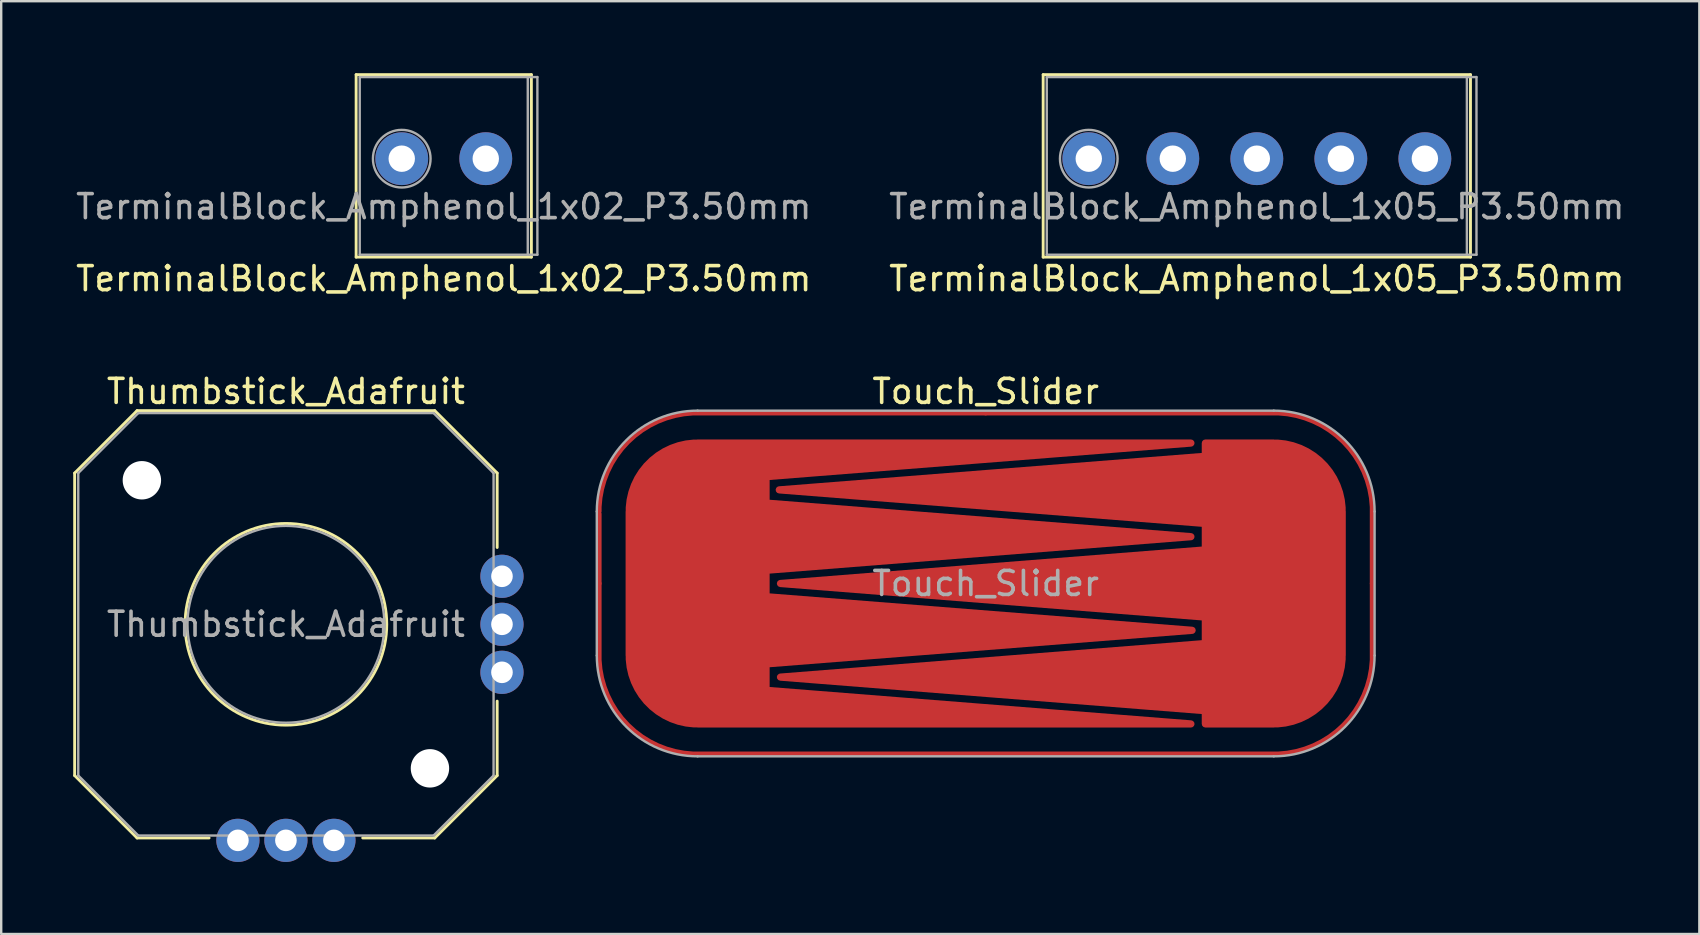
<source format=kicad_pcb>
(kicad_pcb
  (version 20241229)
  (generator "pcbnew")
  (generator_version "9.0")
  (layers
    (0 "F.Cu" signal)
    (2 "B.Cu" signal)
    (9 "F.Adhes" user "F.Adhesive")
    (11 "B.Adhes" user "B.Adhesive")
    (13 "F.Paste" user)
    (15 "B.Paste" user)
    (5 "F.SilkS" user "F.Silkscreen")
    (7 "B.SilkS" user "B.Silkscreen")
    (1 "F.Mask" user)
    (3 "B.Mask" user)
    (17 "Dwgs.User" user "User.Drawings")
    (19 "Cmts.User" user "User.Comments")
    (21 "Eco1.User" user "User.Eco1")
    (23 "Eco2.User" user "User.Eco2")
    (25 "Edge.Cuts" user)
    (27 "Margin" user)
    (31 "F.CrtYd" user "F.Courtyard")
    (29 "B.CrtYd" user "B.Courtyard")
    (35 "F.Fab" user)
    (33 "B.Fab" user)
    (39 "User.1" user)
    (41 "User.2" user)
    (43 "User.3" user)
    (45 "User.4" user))
  (footprint "Touch_Slider"
    (layer "F.Cu")
    (at 38.01 21.256)
    (property "Reference" "Touch_Slider" (at 0 -8 0) (layer "F.SilkS") (effects (font (size 1 1) (thickness 0.15))))
    (attr through_hole)
    (fp_line (start -16.2 3) (end -16.2 -3) (stroke (width 0.1) (type solid)) (layer "F.Fab"))
    (fp_line (start -12 -7.2) (end 12 -7.2) (stroke (width 0.1) (type solid)) (layer "F.Fab"))
    (fp_line (start 12 7.2) (end -12 7.2) (stroke (width 0.1) (type solid)) (layer "F.Fab"))
    (fp_line (start 16.2 -3) (end 16.2 3) (stroke (width 0.1) (type solid)) (layer "F.Fab"))
    (fp_arc (start -16.2 -3) (mid -14.969848 -5.969848) (end -12 -7.2) (stroke (width 0.1) (type solid)) (layer "F.Fab"))
    (fp_arc (start -12 7.2) (mid -14.969848 5.969848) (end -16.2 3) (stroke (width 0.1) (type solid)) (layer "F.Fab"))
    (fp_arc (start 12 -7.2) (mid 14.969848 -5.969848) (end 16.2 -3) (stroke (width 0.1) (type solid)) (layer "F.Fab"))
    (fp_arc (start 16.2 3) (mid 14.969848 5.969848) (end 12 7.2) (stroke (width 0.1) (type solid)) (layer "F.Fab"))
    (fp_text user "${REFERENCE}" (at 0 0 0) (layer "F.Fab") (effects (font (size 1 1) (thickness 0.15))))
    (pad "1" smd custom (at -12 0) (size 6 6) (layers "F.Cu") (options (anchor circle)) (primitives (gr_poly (pts (xy 20.55 -5.85) (xy 2.85 -4.45) (xy 2.85 -3.35) (xy 20.55 -1.95) (xy 2.85 -0.55) (xy 2.85 0.55) (xy 20.6 1.95) (xy 2.85 3.35) (xy 2.85 4.45) (xy 20.55 5.85) (xy 0 5.85) (xy -2.85 3) (xy -2.85 -3) (xy 0 -5.85)) (width 0.3) (fill yes)) (gr_circle (center 0 3) (end 3 3) (width 0) (fill yes)) (gr_circle (center 0 -3) (end 3 -3) (width 0) (fill yes))))
    (pad "2" smd custom (at 12 0) (size 6 6) (layers "F.Cu") (options (anchor circle)) (primitives (gr_circle (center 0 3) (end 3 3) (width 0) (fill yes)) (gr_poly (pts (xy -2.85 5.85) (xy -2.85 5.3) (xy -20.55 3.9) (xy -2.85 2.5) (xy -2.85 1.4) (xy -20.55 0) (xy -2.85 -1.4) (xy -2.85 -2.5) (xy -20.6 -3.9) (xy -2.85 -5.3) (xy -2.85 -5.85) (xy 0 -5.85) (xy 2.85 -3) (xy 2.85 3) (xy 0 5.85)) (width 0.3) (fill yes)) (gr_circle (center 0 -3) (end 3 -3) (width 0) (fill yes))))
    (pad "3" smd circle (at -16.1 0) (size 0.2 0.2) (layers "F.Cu"))
    (pad "3" smd circle (at 0 -7.1) (size 0.2 0.2) (layers "F.Cu"))
    (pad "3" smd custom (at 0 7.1) (size 0.2 0.2) (layers "F.Cu") (options (anchor circle)) (primitives (gr_line (start -12 0) (end 12 0) (width 0.2)) (gr_arc (start 16.1 -4.1) (mid 14.899138 -1.200862) (end 12 0) (width 0.2)) (gr_arc (start 12 -14.2) (mid 14.899138 -12.999138) (end 16.1 -10.1) (width 0.2)) (gr_arc (start -16.1 -10.1) (mid -14.899138 -12.999138) (end -12 -14.2) (width 0.2)) (gr_line (start -16.1 -4.1) (end -16.1 -10) (width 0.2)) (gr_line (start -12 -14.2) (end 12 -14.2) (width 0.2)) (gr_line (start 16.1 -10.1) (end 16.1 -4.1) (width 0.2)) (gr_arc (start -12 0) (mid -14.899138 -1.200862) (end -16.1 -4.1) (width 0.2))))
    (pad "3" smd circle (at 16.1 0) (size 0.2 0.2) (layers "F.Cu")))
  (footprint "Thumbstick_Adafruit"
    (layer "F.Cu")
    (at 8.86 22.956)
    (property "Reference" "Thumbstick_Adafruit" (at 0 -9.7 0) (layer "F.SilkS") (effects (font (size 1 1) (thickness 0.15))))
    (attr through_hole)
    (fp_line (start -8.8 -6.3) (end -6.2 -8.9) (stroke (width 0.12) (type solid)) (layer "F.SilkS"))
    (fp_line (start -8.8 6.3) (end -8.8 -6.3) (stroke (width 0.12) (type solid)) (layer "F.SilkS"))
    (fp_line (start -6.2 -8.9) (end 6.2 -8.9) (stroke (width 0.12) (type solid)) (layer "F.SilkS"))
    (fp_line (start -6.2 8.9) (end -8.8 6.3) (stroke (width 0.12) (type solid)) (layer "F.SilkS"))
    (fp_line (start -3.2 8.9) (end -6.2 8.9) (stroke (width 0.12) (type solid)) (layer "F.SilkS"))
    (fp_line (start 6.2 -8.9) (end 8.8 -6.3) (stroke (width 0.12) (type solid)) (layer "F.SilkS"))
    (fp_line (start 6.2 8.9) (end 3.2 8.9) (stroke (width 0.12) (type solid)) (layer "F.SilkS"))
    (fp_line (start 8.8 -6.3) (end 8.8 -3.2) (stroke (width 0.12) (type solid)) (layer "F.SilkS"))
    (fp_line (start 8.8 3.2) (end 8.8 6.3) (stroke (width 0.12) (type solid)) (layer "F.SilkS"))
    (fp_line (start 8.8 6.3) (end 6.2 8.9) (stroke (width 0.12) (type solid)) (layer "F.SilkS"))
    (fp_circle (center 0 0) (end 4.2 0) (stroke (width 0.12) (type solid)) (fill no) (layer "F.SilkS"))
    (fp_line (start -8.65 -6.3) (end -6.15 -8.8) (stroke (width 0.1) (type solid)) (layer "F.Fab"))
    (fp_line (start -8.65 6.3) (end -8.65 -6.3) (stroke (width 0.1) (type solid)) (layer "F.Fab"))
    (fp_line (start -8.65 6.3) (end -6.15 8.8) (stroke (width 0.1) (type solid)) (layer "F.Fab"))
    (fp_line (start -6.15 -8.8) (end 6.15 -8.8) (stroke (width 0.1) (type solid)) (layer "F.Fab"))
    (fp_line (start 6.15 -8.8) (end 8.65 -6.3) (stroke (width 0.1) (type solid)) (layer "F.Fab"))
    (fp_line (start 6.15 8.8) (end -6.15 8.8) (stroke (width 0.1) (type solid)) (layer "F.Fab"))
    (fp_line (start 8.65 -6.3) (end 8.65 6.3) (stroke (width 0.1) (type solid)) (layer "F.Fab"))
    (fp_line (start 8.65 6.3) (end 6.15 8.8) (stroke (width 0.1) (type solid)) (layer "F.Fab"))
    (fp_circle (center 0 0) (end 4.1 0) (stroke (width 0.1) (type solid)) (fill no) (layer "F.Fab"))
    (fp_text user "${REFERENCE}" (at 0 0 0) (layer "F.Fab") (effects (font (size 1 1) (thickness 0.15))))
    (pad "" np_thru_hole circle (at -6 -6) (size 1.6 1.6) (drill 1.6) (layers "*.Cu" "*.Mask"))
    (pad "" np_thru_hole circle (at 6 6) (size 1.6 1.6) (drill 1.6) (layers "*.Cu" "*.Mask"))
    (pad "1a" thru_hole circle (at 2 9) (size 1.8 1.8) (drill 0.9) (layers "*.Cu" "*.Mask"))
    (pad "1b" thru_hole circle (at 9 -2) (size 1.8 1.8) (drill 0.9) (layers "*.Cu" "*.Mask"))
    (pad "2a" thru_hole circle (at 0 9) (size 1.8 1.8) (drill 0.9) (layers "*.Cu" "*.Mask"))
    (pad "2b" thru_hole circle (at 9 0) (size 1.8 1.8) (drill 0.9) (layers "*.Cu" "*.Mask"))
    (pad "3a" thru_hole circle (at -2 9) (size 1.8 1.8) (drill 0.9) (layers "*.Cu" "*.Mask"))
    (pad "3b" thru_hole circle (at 9 2) (size 1.8 1.8) (drill 0.9) (layers "*.Cu" "*.Mask")))
  (footprint "TerminalBlock_Amphenol_1x02_P3.50mm"
    (layer "F.Cu")
    (at 15.435 3.56)
    (property "Reference" "TerminalBlock_Amphenol_1x02_P3.50mm" (at 0 5 0) (layer "F.SilkS") (effects (font (size 1 1) (thickness 0.15))))
    (attr through_hole)
    (fp_line (start -3.65 -3.5) (end 3.65 -3.5) (stroke (width 0.12) (type solid)) (layer "F.SilkS"))
    (fp_line (start -3.65 4.1) (end -3.65 -3.5) (stroke (width 0.12) (type solid)) (layer "F.SilkS"))
    (fp_line (start 3.65 -3.5) (end 3.65 4.1) (stroke (width 0.12) (type solid)) (layer "F.SilkS"))
    (fp_line (start 3.65 4.1) (end -3.65 4.1) (stroke (width 0.12) (type solid)) (layer "F.SilkS"))
    (fp_line (start -3.5 -3.4) (end 3.9 -3.4) (stroke (width 0.1) (type solid)) (layer "F.Fab"))
    (fp_line (start -3.5 4) (end -3.5 -3.4) (stroke (width 0.1) (type solid)) (layer "F.Fab"))
    (fp_line (start 3.5 -3.4) (end 3.5 4) (stroke (width 0.1) (type solid)) (layer "F.Fab"))
    (fp_line (start 3.9 -3.4) (end 3.9 4) (stroke (width 0.1) (type solid)) (layer "F.Fab"))
    (fp_line (start 3.9 4) (end -3.5 4) (stroke (width 0.1) (type solid)) (layer "F.Fab"))
    (fp_circle (center -1.75 0) (end -0.55 0) (stroke (width 0.1) (type solid)) (fill no) (layer "F.Fab"))
    (fp_text user "${REFERENCE}" (at 0 2 0) (layer "F.Fab") (effects (font (size 1 1) (thickness 0.15))))
    (pad "1" thru_hole circle (at -1.75 0) (size 2.2 2.2) (drill 1.1) (layers "*.Cu" "*.Mask"))
    (pad "2" thru_hole circle (at 1.75 0) (size 2.2 2.2) (drill 1.1) (layers "*.Cu" "*.Mask")))
  (footprint "TerminalBlock_Amphenol_1x05_P3.50mm"
    (layer "F.Cu")
    (at 49.304 3.56)
    (property "Reference" "TerminalBlock_Amphenol_1x05_P3.50mm" (at 0 5 0) (layer "F.SilkS") (effects (font (size 1 1) (thickness 0.15))))
    (attr through_hole)
    (fp_line (start -8.9 -3.5) (end 8.9 -3.5) (stroke (width 0.12) (type solid)) (layer "F.SilkS"))
    (fp_line (start -8.9 4.1) (end -8.9 -3.5) (stroke (width 0.12) (type solid)) (layer "F.SilkS"))
    (fp_line (start 8.9 -3.5) (end 8.9 4.1) (stroke (width 0.12) (type solid)) (layer "F.SilkS"))
    (fp_line (start 8.9 4.1) (end -8.9 4.1) (stroke (width 0.12) (type solid)) (layer "F.SilkS"))
    (fp_line (start -8.75 -3.4) (end 9.15 -3.4) (stroke (width 0.1) (type solid)) (layer "F.Fab"))
    (fp_line (start -8.75 4) (end -8.75 -3.4) (stroke (width 0.1) (type solid)) (layer "F.Fab"))
    (fp_line (start 8.75 -3.4) (end 8.75 4) (stroke (width 0.1) (type solid)) (layer "F.Fab"))
    (fp_line (start 9.15 -3.4) (end 9.15 4) (stroke (width 0.1) (type solid)) (layer "F.Fab"))
    (fp_line (start 9.15 4) (end -8.75 4) (stroke (width 0.1) (type solid)) (layer "F.Fab"))
    (fp_circle (center -7 0) (end -5.8 0) (stroke (width 0.1) (type solid)) (fill no) (layer "F.Fab"))
    (fp_text user "${REFERENCE}" (at 0 2 0) (layer "F.Fab") (effects (font (size 1 1) (thickness 0.15))))
    (pad "1" thru_hole circle (at -7 0) (size 2.2 2.2) (drill 1.1) (layers "*.Cu" "*.Mask"))
    (pad "2" thru_hole circle (at -3.5 0) (size 2.2 2.2) (drill 1.1) (layers "*.Cu" "*.Mask"))
    (pad "3" thru_hole circle (at 0 0) (size 2.2 2.2) (drill 1.1) (layers "*.Cu" "*.Mask"))
    (pad "4" thru_hole circle (at 3.5 0) (size 2.2 2.2) (drill 1.1) (layers "*.Cu" "*.Mask"))
    (pad "5" thru_hole circle (at 7 0) (size 2.2 2.2) (drill 1.1) (layers "*.Cu" "*.Mask")))
  (gr_rect
    (start -3 -3)
    (end 67.738 35.856)
    (stroke (width 0.1) (type default))
    (fill no)
    (layer "Edge.Cuts")))
</source>
